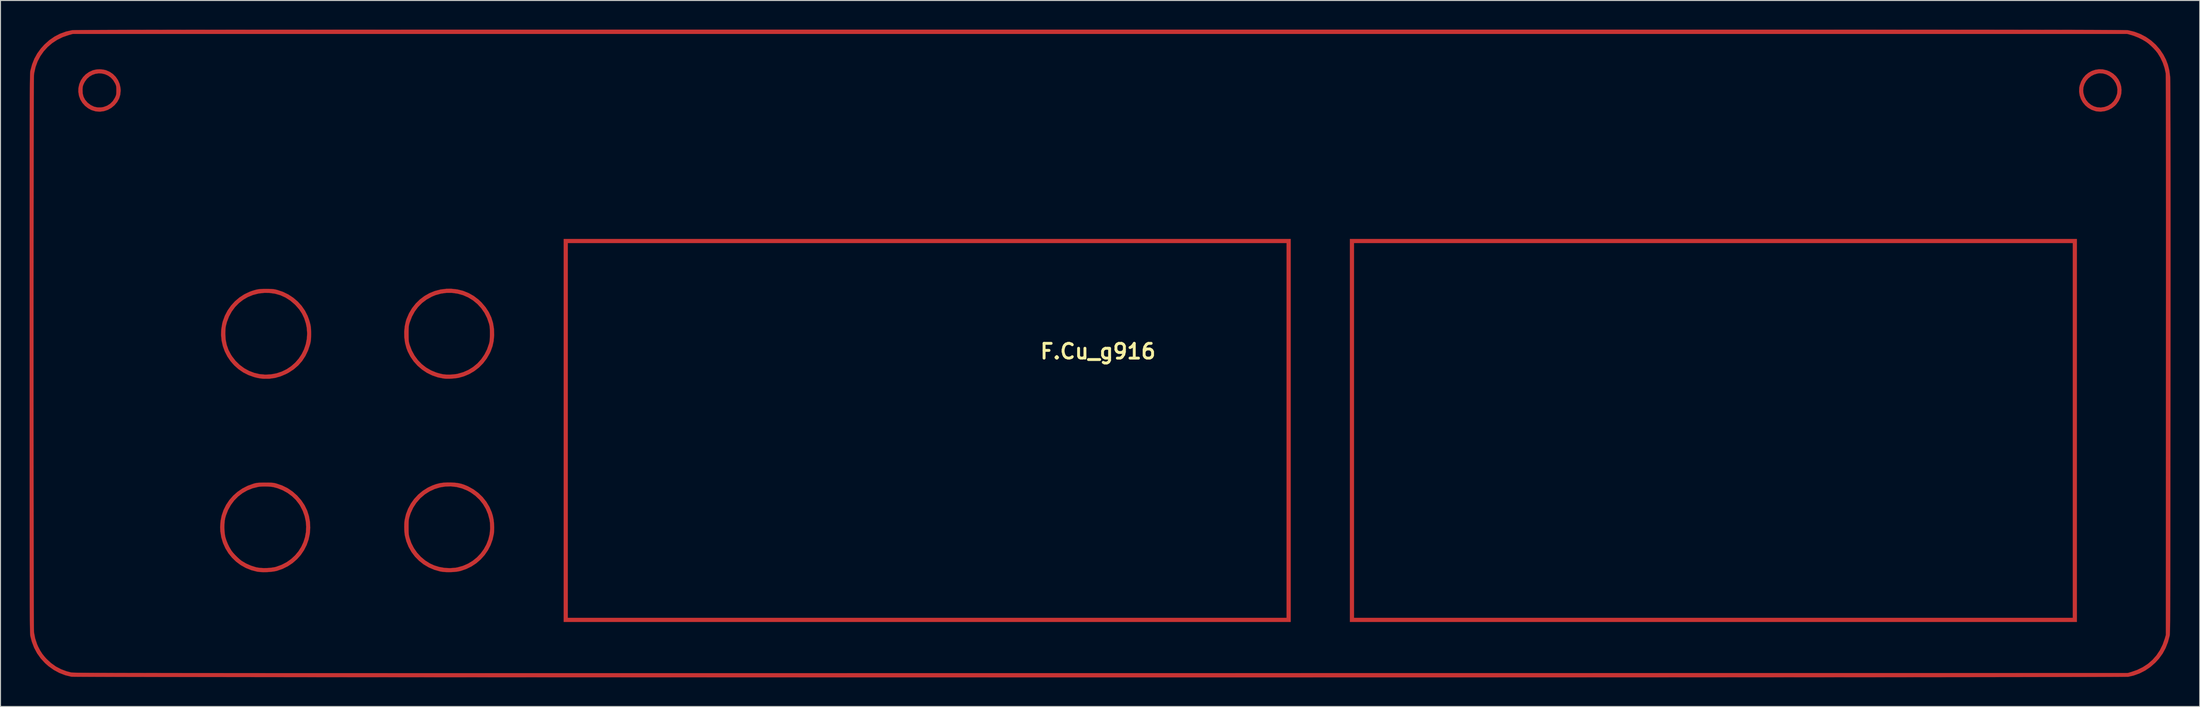
<source format=kicad_pcb>
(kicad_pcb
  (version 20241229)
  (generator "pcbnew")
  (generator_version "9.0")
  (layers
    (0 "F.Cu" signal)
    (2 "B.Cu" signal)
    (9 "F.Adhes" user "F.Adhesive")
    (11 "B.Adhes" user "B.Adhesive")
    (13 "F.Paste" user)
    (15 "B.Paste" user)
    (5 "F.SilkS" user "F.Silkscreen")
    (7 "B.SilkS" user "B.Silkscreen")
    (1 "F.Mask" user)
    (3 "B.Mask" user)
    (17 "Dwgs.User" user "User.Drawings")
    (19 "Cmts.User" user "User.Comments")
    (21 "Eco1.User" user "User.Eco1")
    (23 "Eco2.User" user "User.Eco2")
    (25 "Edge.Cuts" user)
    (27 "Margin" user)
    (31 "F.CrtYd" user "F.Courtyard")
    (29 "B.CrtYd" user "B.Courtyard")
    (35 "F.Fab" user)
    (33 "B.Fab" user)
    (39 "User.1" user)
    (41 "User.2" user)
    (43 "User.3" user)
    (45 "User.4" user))
  (footprint "F.Cu_g916"
    (layer "F.Cu")
    (at 110.05 33.194)
    (property "Reference" "F.Cu_g916" (at 0 0 0) (layer "F.SilkS") (effects (font (size 1.524 1.524) (thickness 0.3))))
    (attr through_hole)
    (fp_poly (pts (xy 19.854 27.898) (xy -55.033 27.898) (xy -55.033 -11.176) (xy -54.61 -11.176) (xy -54.61 27.474) (xy 19.431 27.474) (xy 19.431 -11.176) (xy -54.61 -11.176) (xy -55.033 -11.176) (xy -55.033 -11.599) (xy 19.854 -11.599) (xy 19.854 27.898)) (stroke (width 0.01) (type solid)) (fill yes) (layer "F.Cu"))
    (fp_poly (pts (xy 100.838 27.898) (xy 25.95 27.898) (xy 25.95 -11.176) (xy 26.374 -11.176) (xy 26.374 27.474) (xy 100.415 27.474) (xy 100.415 -11.176) (xy 26.374 -11.176) (xy 25.95 -11.176) (xy 25.95 -11.599) (xy 100.838 -11.599) (xy 100.838 27.898)) (stroke (width 0.01) (type solid)) (fill yes) (layer "F.Cu"))
    (fp_poly (pts (xy 103.537 -29.082) (xy 103.938 -28.984) (xy 104.204 -28.874) (xy 104.567 -28.653) (xy 104.869 -28.381) (xy 105.108 -28.067) (xy 105.284 -27.722) (xy 105.394 -27.354) (xy 105.437 -26.972) (xy 105.412 -26.587) (xy 105.316 -26.207) (xy 105.149 -25.842) (xy 104.909 -25.501) (xy 104.768 -25.349) (xy 104.453 -25.096) (xy 104.094 -24.905) (xy 103.706 -24.782) (xy 103.304 -24.73) (xy 102.903 -24.754) (xy 102.755 -24.783) (xy 102.357 -24.92) (xy 102.003 -25.123) (xy 101.697 -25.382) (xy 101.445 -25.689) (xy 101.252 -26.034) (xy 101.124 -26.409) (xy 101.067 -26.804) (xy 101.071 -26.905) (xy 101.484 -26.905) (xy 101.511 -26.641) (xy 101.619 -26.265) (xy 101.791 -25.935) (xy 102.02 -25.655) (xy 102.296 -25.431) (xy 102.61 -25.269) (xy 102.954 -25.175) (xy 103.319 -25.154) (xy 103.697 -25.212) (xy 104.051 -25.346) (xy 104.361 -25.548) (xy 104.62 -25.812) (xy 104.821 -26.128) (xy 104.957 -26.49) (xy 104.992 -26.644) (xy 105.017 -26.996) (xy 104.965 -27.337) (xy 104.846 -27.658) (xy 104.667 -27.95) (xy 104.438 -28.206) (xy 104.167 -28.416) (xy 103.862 -28.571) (xy 103.532 -28.665) (xy 103.185 -28.687) (xy 102.986 -28.665) (xy 102.625 -28.562) (xy 102.301 -28.394) (xy 102.021 -28.17) (xy 101.792 -27.899) (xy 101.622 -27.592) (xy 101.517 -27.257) (xy 101.484 -26.905) (xy 101.071 -26.905) (xy 101.085 -27.211) (xy 101.129 -27.431) (xy 101.271 -27.836) (xy 101.476 -28.192) (xy 101.735 -28.495) (xy 102.04 -28.742) (xy 102.381 -28.928) (xy 102.75 -29.049) (xy 103.138 -29.102) (xy 103.537 -29.082)) (stroke (width 0.01) (type solid)) (fill yes) (layer "F.Cu"))
    (fp_poly (pts (xy -102.473 -29.069) (xy -102.186 -29.003) (xy -101.803 -28.838) (xy -101.464 -28.606) (xy -101.176 -28.317) (xy -100.947 -27.98) (xy -100.782 -27.605) (xy -100.689 -27.2) (xy -100.669 -26.905) (xy -100.709 -26.481) (xy -100.826 -26.09) (xy -101.023 -25.729) (xy -101.299 -25.397) (xy -101.301 -25.395) (xy -101.63 -25.12) (xy -101.996 -24.914) (xy -102.386 -24.782) (xy -102.791 -24.728) (xy -103.201 -24.753) (xy -103.272 -24.766) (xy -103.662 -24.885) (xy -104.022 -25.077) (xy -104.344 -25.33) (xy -104.615 -25.635) (xy -104.826 -25.982) (xy -104.964 -26.354) (xy -105.031 -26.771) (xy -105.024 -27.01) (xy -104.598 -27.01) (xy -104.583 -26.621) (xy -104.498 -26.275) (xy -104.338 -25.965) (xy -104.102 -25.682) (xy -104.06 -25.641) (xy -103.749 -25.404) (xy -103.411 -25.244) (xy -103.051 -25.164) (xy -102.68 -25.164) (xy -102.427 -25.211) (xy -102.059 -25.347) (xy -101.742 -25.551) (xy -101.478 -25.82) (xy -101.267 -26.155) (xy -101.248 -26.195) (xy -101.186 -26.331) (xy -101.147 -26.445) (xy -101.125 -26.562) (xy -101.115 -26.71) (xy -101.113 -26.914) (xy -101.113 -26.924) (xy -101.115 -27.131) (xy -101.124 -27.28) (xy -101.146 -27.398) (xy -101.184 -27.512) (xy -101.245 -27.647) (xy -101.249 -27.655) (xy -101.444 -27.98) (xy -101.687 -28.243) (xy -101.968 -28.444) (xy -102.276 -28.584) (xy -102.601 -28.662) (xy -102.934 -28.678) (xy -103.264 -28.632) (xy -103.581 -28.524) (xy -103.876 -28.353) (xy -104.137 -28.12) (xy -104.356 -27.824) (xy -104.424 -27.697) (xy -104.505 -27.523) (xy -104.555 -27.378) (xy -104.582 -27.225) (xy -104.597 -27.027) (xy -104.598 -27.01) (xy -105.024 -27.01) (xy -105.019 -27.181) (xy -104.932 -27.576) (xy -104.775 -27.945) (xy -104.554 -28.28) (xy -104.272 -28.572) (xy -103.937 -28.812) (xy -103.551 -28.99) (xy -103.513 -29.003) (xy -103.19 -29.076) (xy -102.832 -29.098) (xy -102.473 -29.069)) (stroke (width 0.01) (type solid)) (fill yes) (layer "F.Cu"))
    (fp_poly (pts (xy -85.64 -6.452) (xy -85.363 -6.449) (xy -85.149 -6.442) (xy -84.976 -6.429) (xy -84.824 -6.407) (xy -84.672 -6.375) (xy -84.531 -6.339) (xy -83.944 -6.14) (xy -83.394 -5.87) (xy -82.887 -5.536) (xy -82.428 -5.143) (xy -82.026 -4.696) (xy -81.684 -4.203) (xy -81.411 -3.668) (xy -81.267 -3.281) (xy -81.183 -3.004) (xy -81.123 -2.766) (xy -81.084 -2.54) (xy -81.062 -2.301) (xy -81.053 -2.022) (xy -81.052 -1.778) (xy -81.056 -1.503) (xy -81.064 -1.29) (xy -81.081 -1.114) (xy -81.107 -0.954) (xy -81.146 -0.784) (xy -81.165 -0.712) (xy -81.369 -0.095) (xy -81.64 0.471) (xy -81.976 0.984) (xy -82.376 1.442) (xy -82.84 1.844) (xy -83.366 2.189) (xy -83.629 2.329) (xy -84.204 2.573) (xy -84.776 2.735) (xy -85.353 2.816) (xy -85.945 2.818) (xy -86.254 2.789) (xy -86.439 2.758) (xy -86.662 2.712) (xy -86.882 2.657) (xy -86.929 2.644) (xy -87.509 2.437) (xy -88.045 2.164) (xy -88.534 1.829) (xy -88.972 1.439) (xy -89.355 1.002) (xy -89.68 0.522) (xy -89.943 0.007) (xy -90.141 -0.537) (xy -90.271 -1.103) (xy -90.327 -1.686) (xy -90.324 -1.799) (xy -89.889 -1.799) (xy -89.853 -1.221) (xy -89.748 -0.683) (xy -89.568 -0.173) (xy -89.31 0.321) (xy -89.193 0.506) (xy -88.827 0.979) (xy -88.409 1.388) (xy -87.946 1.732) (xy -87.445 2.007) (xy -86.913 2.21) (xy -86.357 2.34) (xy -85.784 2.393) (xy -85.2 2.366) (xy -84.627 2.262) (xy -84.075 2.08) (xy -83.565 1.83) (xy -83.101 1.517) (xy -82.686 1.148) (xy -82.325 0.731) (xy -82.021 0.27) (xy -81.779 -0.226) (xy -81.602 -0.751) (xy -81.494 -1.298) (xy -81.459 -1.861) (xy -81.502 -2.434) (xy -81.591 -2.879) (xy -81.76 -3.41) (xy -81.988 -3.891) (xy -82.282 -4.337) (xy -82.651 -4.761) (xy -82.737 -4.847) (xy -83.197 -5.241) (xy -83.691 -5.557) (xy -84.217 -5.796) (xy -84.773 -5.955) (xy -85.358 -6.035) (xy -85.873 -6.04) (xy -86.468 -5.972) (xy -87.033 -5.827) (xy -87.563 -5.611) (xy -88.052 -5.326) (xy -88.497 -4.978) (xy -88.892 -4.57) (xy -89.231 -4.108) (xy -89.511 -3.594) (xy -89.725 -3.035) (xy -89.837 -2.603) (xy -89.858 -2.46) (xy -89.875 -2.259) (xy -89.886 -2.027) (xy -89.889 -1.799) (xy -90.324 -1.799) (xy -90.308 -2.279) (xy -90.209 -2.876) (xy -90.148 -3.11) (xy -89.939 -3.683) (xy -89.657 -4.222) (xy -89.31 -4.719) (xy -88.903 -5.167) (xy -88.444 -5.559) (xy -87.939 -5.889) (xy -87.395 -6.149) (xy -87.164 -6.234) (xy -86.907 -6.315) (xy -86.684 -6.374) (xy -86.471 -6.414) (xy -86.245 -6.438) (xy -85.983 -6.45) (xy -85.661 -6.452) (xy -85.64 -6.452)) (stroke (width 0.01) (type solid)) (fill yes) (layer "F.Cu"))
    (fp_poly (pts (xy -66.654 13.517) (xy -66.25 13.538) (xy -65.903 13.58) (xy -65.588 13.649) (xy -65.278 13.749) (xy -64.947 13.889) (xy -64.858 13.931) (xy -64.313 14.235) (xy -63.818 14.603) (xy -63.379 15.029) (xy -63 15.506) (xy -62.687 16.029) (xy -62.445 16.59) (xy -62.33 16.967) (xy -62.257 17.328) (xy -62.211 17.734) (xy -62.192 18.153) (xy -62.202 18.55) (xy -62.228 18.799) (xy -62.357 19.4) (xy -62.563 19.972) (xy -62.839 20.508) (xy -63.18 21.003) (xy -63.58 21.45) (xy -64.035 21.843) (xy -64.539 22.177) (xy -65.086 22.446) (xy -65.671 22.643) (xy -65.717 22.655) (xy -66.008 22.71) (xy -66.354 22.746) (xy -66.728 22.764) (xy -67.103 22.761) (xy -67.451 22.738) (xy -67.745 22.694) (xy -67.754 22.692) (xy -68.364 22.519) (xy -68.934 22.274) (xy -69.459 21.964) (xy -69.934 21.591) (xy -70.355 21.163) (xy -70.716 20.682) (xy -71.014 20.155) (xy -71.243 19.586) (xy -71.396 18.991) (xy -71.431 18.733) (xy -71.453 18.422) (xy -71.459 18.119) (xy -71.014 18.119) (xy -71.013 18.405) (xy -71.007 18.626) (xy -70.996 18.8) (xy -70.978 18.947) (xy -70.951 19.086) (xy -70.917 19.219) (xy -70.726 19.768) (xy -70.463 20.284) (xy -70.133 20.759) (xy -69.745 21.185) (xy -69.305 21.556) (xy -68.82 21.862) (xy -68.38 22.065) (xy -67.857 22.228) (xy -67.302 22.324) (xy -66.738 22.351) (xy -66.187 22.309) (xy -65.971 22.271) (xy -65.41 22.114) (xy -64.887 21.886) (xy -64.407 21.593) (xy -63.974 21.243) (xy -63.592 20.841) (xy -63.266 20.394) (xy -63 19.909) (xy -62.799 19.392) (xy -62.666 18.85) (xy -62.607 18.288) (xy -62.625 17.715) (xy -62.677 17.357) (xy -62.828 16.783) (xy -63.054 16.243) (xy -63.35 15.742) (xy -63.712 15.288) (xy -64.134 14.886) (xy -64.611 14.544) (xy -64.96 14.351) (xy -65.508 14.127) (xy -66.07 13.983) (xy -66.64 13.918) (xy -67.209 13.93) (xy -67.769 14.02) (xy -68.314 14.184) (xy -68.834 14.422) (xy -69.324 14.733) (xy -69.774 15.115) (xy -69.811 15.152) (xy -70.207 15.607) (xy -70.533 16.109) (xy -70.788 16.658) (xy -70.916 17.04) (xy -70.953 17.177) (xy -70.979 17.306) (xy -70.997 17.445) (xy -71.008 17.613) (xy -71.013 17.829) (xy -71.014 18.11) (xy -71.014 18.119) (xy -71.459 18.119) (xy -71.46 18.089) (xy -71.453 17.764) (xy -71.43 17.478) (xy -71.417 17.383) (xy -71.281 16.791) (xy -71.067 16.227) (xy -70.783 15.697) (xy -70.433 15.208) (xy -70.022 14.766) (xy -69.556 14.378) (xy -69.04 14.051) (xy -68.55 13.819) (xy -68.174 13.685) (xy -67.81 13.591) (xy -67.431 13.535) (xy -67.014 13.513) (xy -66.654 13.517)) (stroke (width 0.01) (type solid)) (fill yes) (layer "F.Cu"))
    (fp_poly (pts (xy -65.989 -6.395) (xy -65.39 -6.245) (xy -64.822 -6.017) (xy -64.29 -5.714) (xy -63.796 -5.336) (xy -63.492 -5.045) (xy -63.078 -4.559) (xy -62.744 -4.048) (xy -62.49 -3.508) (xy -62.314 -2.937) (xy -62.217 -2.334) (xy -62.196 -1.697) (xy -62.199 -1.615) (xy -62.251 -1.059) (xy -62.364 -0.542) (xy -62.544 -0.04) (xy -62.652 0.196) (xy -62.96 0.734) (xy -63.332 1.222) (xy -63.76 1.655) (xy -64.238 2.027) (xy -64.76 2.334) (xy -65.318 2.569) (xy -65.819 2.71) (xy -66.124 2.762) (xy -66.468 2.797) (xy -66.821 2.815) (xy -67.152 2.813) (xy -67.416 2.791) (xy -68.014 2.67) (xy -68.587 2.471) (xy -69.128 2.203) (xy -69.629 1.869) (xy -70.084 1.476) (xy -70.486 1.03) (xy -70.828 0.536) (xy -71.104 -0.001) (xy -71.24 -0.36) (xy -71.379 -0.896) (xy -71.453 -1.461) (xy -71.459 -1.842) (xy -71.012 -1.842) (xy -71.012 -1.799) (xy -71.01 -1.519) (xy -71.006 -1.306) (xy -70.996 -1.141) (xy -70.981 -1.006) (xy -70.957 -0.884) (xy -70.922 -0.756) (xy -70.895 -0.665) (xy -70.679 -0.097) (xy -70.395 0.426) (xy -70.049 0.899) (xy -69.645 1.316) (xy -69.189 1.672) (xy -68.684 1.963) (xy -68.169 2.172) (xy -67.945 2.24) (xy -67.71 2.302) (xy -67.499 2.348) (xy -67.395 2.366) (xy -67.095 2.389) (xy -66.751 2.39) (xy -66.4 2.37) (xy -66.079 2.33) (xy -65.968 2.309) (xy -65.392 2.145) (xy -64.855 1.908) (xy -64.363 1.603) (xy -63.92 1.234) (xy -63.531 0.805) (xy -63.199 0.321) (xy -62.93 -0.214) (xy -62.728 -0.797) (xy -62.728 -0.797) (xy -62.692 -0.941) (xy -62.666 -1.085) (xy -62.65 -1.248) (xy -62.641 -1.45) (xy -62.637 -1.709) (xy -62.636 -1.82) (xy -62.637 -2.101) (xy -62.643 -2.316) (xy -62.656 -2.488) (xy -62.676 -2.636) (xy -62.707 -2.781) (xy -62.732 -2.879) (xy -62.928 -3.446) (xy -63.195 -3.975) (xy -63.53 -4.459) (xy -63.926 -4.891) (xy -64.379 -5.266) (xy -64.866 -5.566) (xy -65.401 -5.802) (xy -65.96 -5.959) (xy -66.533 -6.039) (xy -67.11 -6.04) (xy -67.682 -5.962) (xy -68.241 -5.806) (xy -68.614 -5.651) (xy -69.147 -5.354) (xy -69.619 -4.999) (xy -70.029 -4.586) (xy -70.378 -4.114) (xy -70.665 -3.586) (xy -70.889 -3.001) (xy -70.942 -2.823) (xy -70.97 -2.698) (xy -70.991 -2.554) (xy -71.004 -2.373) (xy -71.01 -2.141) (xy -71.012 -1.842) (xy -71.459 -1.842) (xy -71.462 -2.037) (xy -71.407 -2.604) (xy -71.288 -3.143) (xy -71.218 -3.359) (xy -70.968 -3.937) (xy -70.653 -4.465) (xy -70.278 -4.94) (xy -69.85 -5.359) (xy -69.375 -5.717) (xy -68.858 -6.01) (xy -68.304 -6.235) (xy -67.721 -6.387) (xy -67.113 -6.462) (xy -66.615 -6.465) (xy -65.989 -6.395)) (stroke (width 0.01) (type solid)) (fill yes) (layer "F.Cu"))
    (fp_poly (pts (xy -85.494 13.529) (xy -85.266 13.532) (xy -85.089 13.541) (xy -84.945 13.555) (xy -84.817 13.577) (xy -84.687 13.608) (xy -84.638 13.621) (xy -84.033 13.827) (xy -83.478 14.101) (xy -82.967 14.446) (xy -82.495 14.864) (xy -82.485 14.875) (xy -82.064 15.355) (xy -81.723 15.865) (xy -81.46 16.405) (xy -81.276 16.978) (xy -81.17 17.583) (xy -81.141 18.182) (xy -81.186 18.8) (xy -81.311 19.394) (xy -81.509 19.96) (xy -81.777 20.491) (xy -82.109 20.982) (xy -82.503 21.428) (xy -82.952 21.821) (xy -83.453 22.157) (xy -84.002 22.429) (xy -84.582 22.63) (xy -84.872 22.691) (xy -85.219 22.735) (xy -85.593 22.76) (xy -85.969 22.766) (xy -86.319 22.75) (xy -86.616 22.713) (xy -86.619 22.712) (xy -87.22 22.557) (xy -87.783 22.329) (xy -88.305 22.035) (xy -88.781 21.679) (xy -89.207 21.267) (xy -89.576 20.806) (xy -89.885 20.301) (xy -90.129 19.758) (xy -90.302 19.182) (xy -90.402 18.579) (xy -90.423 18.148) (xy -89.984 18.148) (xy -89.972 18.51) (xy -89.938 18.85) (xy -89.885 19.14) (xy -89.882 19.153) (xy -89.778 19.487) (xy -89.634 19.845) (xy -89.463 20.194) (xy -89.282 20.502) (xy -89.223 20.589) (xy -89.079 20.769) (xy -88.893 20.975) (xy -88.684 21.187) (xy -88.472 21.384) (xy -88.279 21.547) (xy -88.18 21.619) (xy -87.74 21.877) (xy -87.254 22.092) (xy -86.755 22.248) (xy -86.656 22.272) (xy -86.332 22.322) (xy -85.959 22.344) (xy -85.563 22.339) (xy -85.175 22.308) (xy -84.823 22.252) (xy -84.645 22.208) (xy -84.083 22.003) (xy -83.57 21.734) (xy -83.11 21.408) (xy -82.705 21.032) (xy -82.357 20.612) (xy -82.069 20.154) (xy -81.843 19.665) (xy -81.681 19.152) (xy -81.585 18.62) (xy -81.559 18.076) (xy -81.603 17.526) (xy -81.722 16.978) (xy -81.916 16.437) (xy -82.189 15.91) (xy -82.291 15.749) (xy -82.626 15.317) (xy -83.026 14.929) (xy -83.481 14.594) (xy -83.98 14.317) (xy -84.513 14.106) (xy -84.95 13.991) (xy -85.189 13.956) (xy -85.481 13.934) (xy -85.798 13.926) (xy -86.107 13.932) (xy -86.381 13.953) (xy -86.497 13.97) (xy -87.076 14.112) (xy -87.618 14.329) (xy -88.118 14.614) (xy -88.572 14.964) (xy -88.974 15.374) (xy -89.32 15.84) (xy -89.605 16.357) (xy -89.824 16.92) (xy -89.899 17.187) (xy -89.949 17.461) (xy -89.977 17.79) (xy -89.984 18.148) (xy -90.423 18.148) (xy -90.424 18.119) (xy -90.383 17.506) (xy -90.264 16.915) (xy -90.07 16.351) (xy -89.806 15.82) (xy -89.476 15.328) (xy -89.086 14.88) (xy -88.638 14.482) (xy -88.138 14.139) (xy -87.591 13.858) (xy -86.999 13.644) (xy -86.928 13.623) (xy -86.795 13.589) (xy -86.665 13.565) (xy -86.522 13.548) (xy -86.348 13.537) (xy -86.126 13.531) (xy -85.839 13.529) (xy -85.788 13.528) (xy -85.494 13.529)) (stroke (width 0.01) (type solid)) (fill yes) (layer "F.Cu"))
    (fp_poly (pts (xy 7.43 -33.189) (xy 10.912 -33.189) (xy 14.312 -33.189) (xy 17.631 -33.189) (xy 20.87 -33.189) (xy 24.031 -33.189) (xy 27.113 -33.189) (xy 30.118 -33.189) (xy 33.048 -33.189) (xy 35.902 -33.189) (xy 38.682 -33.189) (xy 41.389 -33.188) (xy 44.024 -33.188) (xy 46.587 -33.188) (xy 49.08 -33.188) (xy 51.504 -33.188) (xy 53.859 -33.188) (xy 56.147 -33.187) (xy 58.368 -33.187) (xy 60.524 -33.187) (xy 62.615 -33.186) (xy 64.642 -33.186) (xy 66.607 -33.186) (xy 68.51 -33.185) (xy 70.352 -33.185) (xy 72.135 -33.185) (xy 73.858 -33.184) (xy 75.524 -33.184) (xy 77.133 -33.183) (xy 78.685 -33.183) (xy 80.183 -33.182) (xy 81.627 -33.182) (xy 83.017 -33.181) (xy 84.355 -33.181) (xy 85.643 -33.18) (xy 86.879 -33.179) (xy 88.067 -33.179) (xy 89.206 -33.178) (xy 90.298 -33.177) (xy 91.343 -33.177) (xy 92.343 -33.176) (xy 93.298 -33.175) (xy 94.21 -33.174) (xy 95.079 -33.173) (xy 95.907 -33.172) (xy 96.694 -33.171) (xy 97.441 -33.17) (xy 98.149 -33.169) (xy 98.819 -33.168) (xy 99.453 -33.167) (xy 100.05 -33.166) (xy 100.613 -33.165) (xy 101.142 -33.164) (xy 101.637 -33.162) (xy 102.101 -33.161) (xy 102.533 -33.16) (xy 102.935 -33.158) (xy 103.308 -33.157) (xy 103.652 -33.155) (xy 103.97 -33.154) (xy 104.261 -33.152) (xy 104.526 -33.151) (xy 104.767 -33.149) (xy 104.985 -33.148) (xy 105.18 -33.146) (xy 105.353 -33.144) (xy 105.506 -33.142) (xy 105.639 -33.14) (xy 105.753 -33.139) (xy 105.85 -33.137) (xy 105.93 -33.135) (xy 105.993 -33.133) (xy 106.042 -33.13) (xy 106.078 -33.128) (xy 106.1 -33.126) (xy 106.103 -33.126) (xy 106.754 -32.97) (xy 107.371 -32.739) (xy 107.949 -32.436) (xy 108.483 -32.064) (xy 108.968 -31.628) (xy 109.397 -31.131) (xy 109.749 -30.606) (xy 110.011 -30.101) (xy 110.21 -29.581) (xy 110.349 -29.029) (xy 110.434 -28.429) (xy 110.45 -28.24) (xy 110.453 -28.154) (xy 110.456 -27.99) (xy 110.459 -27.749) (xy 110.462 -27.43) (xy 110.465 -27.032) (xy 110.467 -26.556) (xy 110.469 -26.001) (xy 110.471 -25.366) (xy 110.473 -24.653) (xy 110.475 -23.859) (xy 110.477 -22.986) (xy 110.478 -22.032) (xy 110.479 -20.998) (xy 110.48 -19.883) (xy 110.481 -18.687) (xy 110.482 -17.409) (xy 110.482 -16.049) (xy 110.483 -14.608) (xy 110.483 -13.084) (xy 110.483 -11.478) (xy 110.483 -9.789) (xy 110.483 -8.017) (xy 110.482 -6.161) (xy 110.482 -4.222) (xy 110.481 -2.198) (xy 110.48 -0.091) (xy 110.479 0.677) (xy 110.479 2.538) (xy 110.478 4.316) (xy 110.477 6.013) (xy 110.476 7.631) (xy 110.475 9.172) (xy 110.474 10.638) (xy 110.473 12.031) (xy 110.472 13.352) (xy 110.471 14.604) (xy 110.47 15.788) (xy 110.469 16.906) (xy 110.468 17.961) (xy 110.467 18.953) (xy 110.466 19.886) (xy 110.465 20.761) (xy 110.463 21.579) (xy 110.462 22.343) (xy 110.461 23.054) (xy 110.459 23.715) (xy 110.458 24.328) (xy 110.456 24.893) (xy 110.454 25.414) (xy 110.453 25.892) (xy 110.451 26.328) (xy 110.449 26.726) (xy 110.446 27.086) (xy 110.444 27.411) (xy 110.442 27.703) (xy 110.439 27.963) (xy 110.436 28.193) (xy 110.434 28.395) (xy 110.431 28.572) (xy 110.428 28.724) (xy 110.424 28.854) (xy 110.421 28.965) (xy 110.417 29.057) (xy 110.413 29.132) (xy 110.409 29.193) (xy 110.405 29.241) (xy 110.401 29.279) (xy 110.396 29.308) (xy 110.395 29.316) (xy 110.218 29.983) (xy 109.977 30.597) (xy 109.669 31.164) (xy 109.29 31.688) (xy 108.925 32.09) (xy 108.423 32.534) (xy 107.879 32.906) (xy 107.298 33.204) (xy 106.682 33.425) (xy 106.135 33.551) (xy 106.08 33.553) (xy 105.942 33.555) (xy 105.721 33.557) (xy 105.42 33.56) (xy 105.041 33.562) (xy 104.583 33.564) (xy 104.049 33.566) (xy 103.44 33.568) (xy 102.757 33.57) (xy 102.003 33.572) (xy 101.177 33.573) (xy 100.282 33.575) (xy 99.32 33.577) (xy 98.29 33.579) (xy 97.195 33.58) (xy 96.037 33.582) (xy 94.816 33.584) (xy 93.533 33.585) (xy 92.192 33.587) (xy 90.791 33.588) (xy 89.334 33.59) (xy 87.822 33.591) (xy 86.255 33.593) (xy 84.635 33.594) (xy 82.965 33.595) (xy 81.244 33.597) (xy 79.474 33.598) (xy 77.657 33.599) (xy 75.795 33.6) (xy 73.888 33.601) (xy 71.938 33.602) (xy 69.946 33.603) (xy 67.914 33.604) (xy 65.843 33.605) (xy 63.735 33.606) (xy 61.59 33.607) (xy 59.411 33.608) (xy 57.199 33.609) (xy 54.954 33.61) (xy 52.679 33.61) (xy 50.375 33.611) (xy 48.043 33.612) (xy 45.684 33.612) (xy 43.301 33.613) (xy 40.894 33.614) (xy 38.464 33.614) (xy 36.014 33.615) (xy 33.544 33.615) (xy 31.056 33.615) (xy 28.552 33.616) (xy 26.032 33.616) (xy 23.498 33.616) (xy 20.952 33.617) (xy 18.394 33.617) (xy 15.827 33.617) (xy 13.252 33.617) (xy 10.669 33.617) (xy 8.081 33.617) (xy 5.488 33.617) (xy 2.893 33.617) (xy 0.296 33.617) (xy -2.3 33.617) (xy -4.896 33.617) (xy -7.489 33.617) (xy -10.077 33.617) (xy -12.66 33.616) (xy -15.237 33.616) (xy -17.805 33.616) (xy -20.363 33.615) (xy -22.91 33.615) (xy -25.445 33.615) (xy -27.966 33.614) (xy -30.472 33.614) (xy -32.962 33.613) (xy -35.433 33.613) (xy -37.885 33.612) (xy -40.316 33.611) (xy -42.725 33.611) (xy -45.111 33.61) (xy -47.472 33.609) (xy -49.806 33.608) (xy -52.113 33.607) (xy -54.39 33.607) (xy -56.638 33.606) (xy -58.853 33.605) (xy -61.035 33.604) (xy -63.183 33.603) (xy -65.294 33.602) (xy -67.368 33.601) (xy -69.404 33.6) (xy -71.399 33.598) (xy -73.353 33.597) (xy -75.263 33.596) (xy -77.13 33.595) (xy -78.95 33.593) (xy -80.724 33.592) (xy -82.449 33.591) (xy -84.124 33.589) (xy -85.748 33.588) (xy -87.32 33.586) (xy -88.837 33.585) (xy -90.299 33.583) (xy -91.704 33.582) (xy -93.051 33.58) (xy -94.338 33.578) (xy -95.565 33.577) (xy -96.729 33.575) (xy -97.829 33.573) (xy -98.864 33.571) (xy -99.833 33.57) (xy -100.734 33.568) (xy -101.565 33.566) (xy -102.326 33.564) (xy -103.015 33.562) (xy -103.63 33.56) (xy -104.171 33.558) (xy -104.635 33.556) (xy -105.021 33.554) (xy -105.329 33.552) (xy -105.556 33.549) (xy -105.702 33.547) (xy -105.764 33.545) (xy -105.766 33.545) (xy -106.391 33.389) (xy -106.993 33.154) (xy -107.567 32.844) (xy -108.103 32.461) (xy -108.459 32.146) (xy -108.906 31.66) (xy -109.282 31.13) (xy -109.587 30.555) (xy -109.824 29.931) (xy -109.968 29.379) (xy -109.973 29.354) (xy -109.978 29.324) (xy -109.983 29.288) (xy -109.987 29.244) (xy -109.991 29.189) (xy -109.995 29.123) (xy -109.999 29.043) (xy -110.003 28.947) (xy -110.006 28.834) (xy -110.009 28.701) (xy -110.012 28.547) (xy -110.015 28.369) (xy -110.018 28.166) (xy -110.02 27.937) (xy -110.023 27.678) (xy -110.025 27.388) (xy -110.027 27.065) (xy -110.029 26.708) (xy -110.031 26.314) (xy -110.032 25.882) (xy -110.034 25.41) (xy -110.035 24.895) (xy -110.036 24.336) (xy -110.038 23.731) (xy -110.039 23.078) (xy -110.04 22.376) (xy -110.041 21.621) (xy -110.041 20.813) (xy -110.042 19.95) (xy -110.043 19.029) (xy -110.043 18.049) (xy -110.044 17.007) (xy -110.044 15.903) (xy -110.044 14.733) (xy -110.045 13.497) (xy -110.045 12.192) (xy -110.045 10.817) (xy -110.045 9.368) (xy -110.045 7.846) (xy -110.045 6.247) (xy -110.045 4.57) (xy -110.045 2.812) (xy -110.045 0.973) (xy -110.046 0.212) (xy -110.045 -0.428) (xy -109.646 -0.428) (xy -109.646 0.93) (xy -109.646 2.286) (xy -109.646 3.639) (xy -109.646 4.984) (xy -109.645 6.32) (xy -109.645 7.644) (xy -109.644 8.954) (xy -109.643 10.245) (xy -109.643 11.516) (xy -109.642 12.765) (xy -109.641 13.987) (xy -109.64 15.182) (xy -109.638 16.345) (xy -109.637 17.475) (xy -109.636 18.568) (xy -109.634 19.622) (xy -109.632 20.635) (xy -109.631 21.603) (xy -109.629 22.524) (xy -109.627 23.395) (xy -109.625 24.213) (xy -109.623 24.976) (xy -109.621 25.681) (xy -109.618 26.326) (xy -109.616 26.907) (xy -109.613 27.423) (xy -109.611 27.869) (xy -109.608 28.245) (xy -109.605 28.546) (xy -109.602 28.771) (xy -109.599 28.916) (xy -109.596 28.977) (xy -109.479 29.589) (xy -109.282 30.187) (xy -109.158 30.468) (xy -108.953 30.859) (xy -108.733 31.2) (xy -108.474 31.523) (xy -108.297 31.716) (xy -107.838 32.142) (xy -107.346 32.494) (xy -106.812 32.776) (xy -106.23 32.992) (xy -105.791 33.105) (xy -105.777 33.108) (xy -105.76 33.111) (xy -105.739 33.113) (xy -105.712 33.116) (xy -105.679 33.118) (xy -105.64 33.12) (xy -105.591 33.123) (xy -105.534 33.125) (xy -105.467 33.127) (xy -105.388 33.129) (xy -105.297 33.131) (xy -105.194 33.133) (xy -105.076 33.135) (xy -104.943 33.137) (xy -104.794 33.139) (xy -104.628 33.141) (xy -104.444 33.143) (xy -104.242 33.144) (xy -104.019 33.146) (xy -103.775 33.148) (xy -103.51 33.149) (xy -103.221 33.151) (xy -102.909 33.152) (xy -102.572 33.154) (xy -102.209 33.155) (xy -101.819 33.156) (xy -101.401 33.158) (xy -100.955 33.159) (xy -100.479 33.16) (xy -99.972 33.161) (xy -99.434 33.162) (xy -98.863 33.163) (xy -98.258 33.164) (xy -97.618 33.165) (xy -96.943 33.166) (xy -96.232 33.167) (xy -95.482 33.168) (xy -94.694 33.169) (xy -93.867 33.17) (xy -92.999 33.17) (xy -92.09 33.171) (xy -91.138 33.172) (xy -90.142 33.172) (xy -89.103 33.173) (xy -88.017 33.174) (xy -86.886 33.174) (xy -85.707 33.175) (xy -84.479 33.175) (xy -83.203 33.175) (xy -81.876 33.176) (xy -80.497 33.176) (xy -79.067 33.177) (xy -77.583 33.177) (xy -76.044 33.177) (xy -74.451 33.177) (xy -72.801 33.178) (xy -71.095 33.178) (xy -69.33 33.178) (xy -67.506 33.178) (xy -65.621 33.178) (xy -63.676 33.178) (xy -61.669 33.179) (xy -59.598 33.179) (xy -57.464 33.179) (xy -55.264 33.179) (xy -52.999 33.179) (xy -50.666 33.179) (xy -48.265 33.179) (xy -45.796 33.179) (xy -43.257 33.178) (xy -40.646 33.178) (xy -37.964 33.178) (xy -35.209 33.178) (xy -32.38 33.178) (xy -29.476 33.178) (xy -26.497 33.178) (xy -23.44 33.177) (xy -20.306 33.177) (xy -17.093 33.177) (xy -13.801 33.177) (xy -10.427 33.177) (xy -6.972 33.176) (xy -3.435 33.176) (xy 0.187 33.176) (xy 0.318 33.176) (xy 106.066 33.168) (xy 106.398 33.074) (xy 107.04 32.851) (xy 107.627 32.565) (xy 108.156 32.218) (xy 108.626 31.809) (xy 109.037 31.34) (xy 109.387 30.813) (xy 109.676 30.228) (xy 109.902 29.586) (xy 109.91 29.557) (xy 110.003 29.231) (xy 110.015 0.402) (xy 110.015 -1.757) (xy 110.016 -3.833) (xy 110.017 -5.827) (xy 110.017 -7.739) (xy 110.017 -9.567) (xy 110.017 -11.313) (xy 110.017 -12.976) (xy 110.017 -14.556) (xy 110.016 -16.053) (xy 110.015 -17.466) (xy 110.015 -18.797) (xy 110.014 -20.044) (xy 110.013 -21.208) (xy 110.011 -22.288) (xy 110.01 -23.284) (xy 110.008 -24.197) (xy 110.007 -25.026) (xy 110.005 -25.771) (xy 110.003 -26.433) (xy 110 -27.01) (xy 109.998 -27.503) (xy 109.996 -27.912) (xy 109.993 -28.236) (xy 109.99 -28.476) (xy 109.987 -28.632) (xy 109.984 -28.703) (xy 109.984 -28.705) (xy 109.868 -29.232) (xy 109.686 -29.766) (xy 109.448 -30.279) (xy 109.166 -30.745) (xy 109.144 -30.776) (xy 108.95 -31.021) (xy 108.709 -31.284) (xy 108.444 -31.541) (xy 108.178 -31.77) (xy 107.959 -31.933) (xy 107.573 -32.163) (xy 107.142 -32.374) (xy 106.705 -32.547) (xy 106.438 -32.631) (xy 106.024 -32.745) (xy -105.6 -32.745) (xy -106.01 -32.632) (xy -106.625 -32.421) (xy -107.196 -32.142) (xy -107.717 -31.801) (xy -108.185 -31.402) (xy -108.595 -30.95) (xy -108.944 -30.451) (xy -109.226 -29.908) (xy -109.438 -29.327) (xy -109.574 -28.713) (xy -109.596 -28.554) (xy -109.6 -28.486) (xy -109.603 -28.336) (xy -109.605 -28.107) (xy -109.608 -27.802) (xy -109.611 -27.422) (xy -109.614 -26.972) (xy -109.616 -26.452) (xy -109.619 -25.867) (xy -109.621 -25.219) (xy -109.623 -24.511) (xy -109.625 -23.744) (xy -109.627 -22.923) (xy -109.629 -22.049) (xy -109.631 -21.125) (xy -109.633 -20.155) (xy -109.634 -19.14) (xy -109.636 -18.083) (xy -109.637 -16.988) (xy -109.638 -15.856) (xy -109.64 -14.691) (xy -109.641 -13.495) (xy -109.642 -12.271) (xy -109.643 -11.021) (xy -109.643 -9.748) (xy -109.644 -8.456) (xy -109.645 -7.146) (xy -109.645 -5.821) (xy -109.646 -4.484) (xy -109.646 -3.138) (xy -109.646 -1.785) (xy -109.646 -0.428) (xy -110.045 -0.428) (xy -110.045 -1.661) (xy -110.045 -3.451) (xy -110.045 -5.16) (xy -110.045 -6.79) (xy -110.045 -8.343) (xy -110.045 -9.821) (xy -110.045 -11.226) (xy -110.045 -12.559) (xy -110.045 -13.822) (xy -110.044 -15.018) (xy -110.044 -16.149) (xy -110.043 -17.215) (xy -110.043 -18.22) (xy -110.042 -19.164) (xy -110.042 -20.05) (xy -110.041 -20.88) (xy -110.04 -21.656) (xy -110.039 -22.379) (xy -110.038 -23.052) (xy -110.037 -23.676) (xy -110.036 -24.253) (xy -110.034 -24.785) (xy -110.033 -25.274) (xy -110.031 -25.723) (xy -110.03 -26.131) (xy -110.028 -26.503) (xy -110.026 -26.839) (xy -110.023 -27.142) (xy -110.021 -27.413) (xy -110.019 -27.654) (xy -110.016 -27.868) (xy -110.013 -28.055) (xy -110.01 -28.219) (xy -110.007 -28.36) (xy -110.004 -28.481) (xy -110 -28.583) (xy -109.997 -28.67) (xy -109.993 -28.741) (xy -109.989 -28.8) (xy -109.985 -28.848) (xy -109.98 -28.887) (xy -109.975 -28.919) (xy -109.97 -28.946) (xy -109.968 -28.956) (xy -109.796 -29.598) (xy -109.563 -30.185) (xy -109.263 -30.73) (xy -108.891 -31.241) (xy -108.522 -31.65) (xy -108.024 -32.097) (xy -107.486 -32.47) (xy -106.912 -32.767) (xy -106.304 -32.988) (xy -105.689 -33.127) (xy -105.669 -33.129) (xy -105.635 -33.131) (xy -105.585 -33.133) (xy -105.52 -33.135) (xy -105.438 -33.137) (xy -105.338 -33.139) (xy -105.219 -33.141) (xy -105.08 -33.142) (xy -104.921 -33.144) (xy -104.74 -33.146) (xy -104.536 -33.148) (xy -104.309 -33.149) (xy -104.057 -33.151) (xy -103.779 -33.153) (xy -103.476 -33.154) (xy -103.145 -33.156) (xy -102.785 -33.157) (xy -102.396 -33.158) (xy -101.977 -33.16) (xy -101.527 -33.161) (xy -101.045 -33.162) (xy -100.53 -33.164) (xy -99.98 -33.165) (xy -99.396 -33.166) (xy -98.776 -33.167) (xy -98.119 -33.168) (xy -97.424 -33.169) (xy -96.69 -33.17) (xy -95.917 -33.171) (xy -95.103 -33.172) (xy -94.247 -33.173) (xy -93.349 -33.174) (xy -92.407 -33.175) (xy -91.42 -33.176) (xy -90.389 -33.176) (xy -89.311 -33.177) (xy -88.185 -33.178) (xy -87.012 -33.179) (xy -85.789 -33.179) (xy -84.516 -33.18) (xy -83.192 -33.181) (xy -81.815 -33.181) (xy -80.386 -33.182) (xy -78.903 -33.182) (xy -77.365 -33.183) (xy -75.771 -33.183) (xy -74.12 -33.184) (xy -72.411 -33.184) (xy -70.644 -33.185) (xy -68.817 -33.185) (xy -66.929 -33.185) (xy -64.98 -33.186) (xy -62.968 -33.186) (xy -60.893 -33.186) (xy -58.754 -33.187) (xy -56.549 -33.187) (xy -54.278 -33.187) (xy -51.939 -33.187) (xy -49.532 -33.188) (xy -47.057 -33.188) (xy -44.511 -33.188) (xy -41.893 -33.188) (xy -39.204 -33.188) (xy -36.442 -33.188) (xy -33.606 -33.189) (xy -30.696 -33.189) (xy -27.709 -33.189) (xy -24.646 -33.189) (xy -21.504 -33.189) (xy -18.285 -33.189) (xy -14.985 -33.189) (xy -11.605 -33.189) (xy -8.144 -33.189) (xy -4.6 -33.189) (xy -0.973 -33.189) (xy 0.217 -33.189) (xy 3.865 -33.189) (xy 7.43 -33.189)) (stroke (width 0.01) (type solid)) (fill yes) (layer "F.Cu")))
  (gr_rect
    (start -3 -3)
    (end 223.539 69.816)
    (stroke (width 0.1) (type default))
    (fill no)
    (layer "Edge.Cuts")))
</source>
